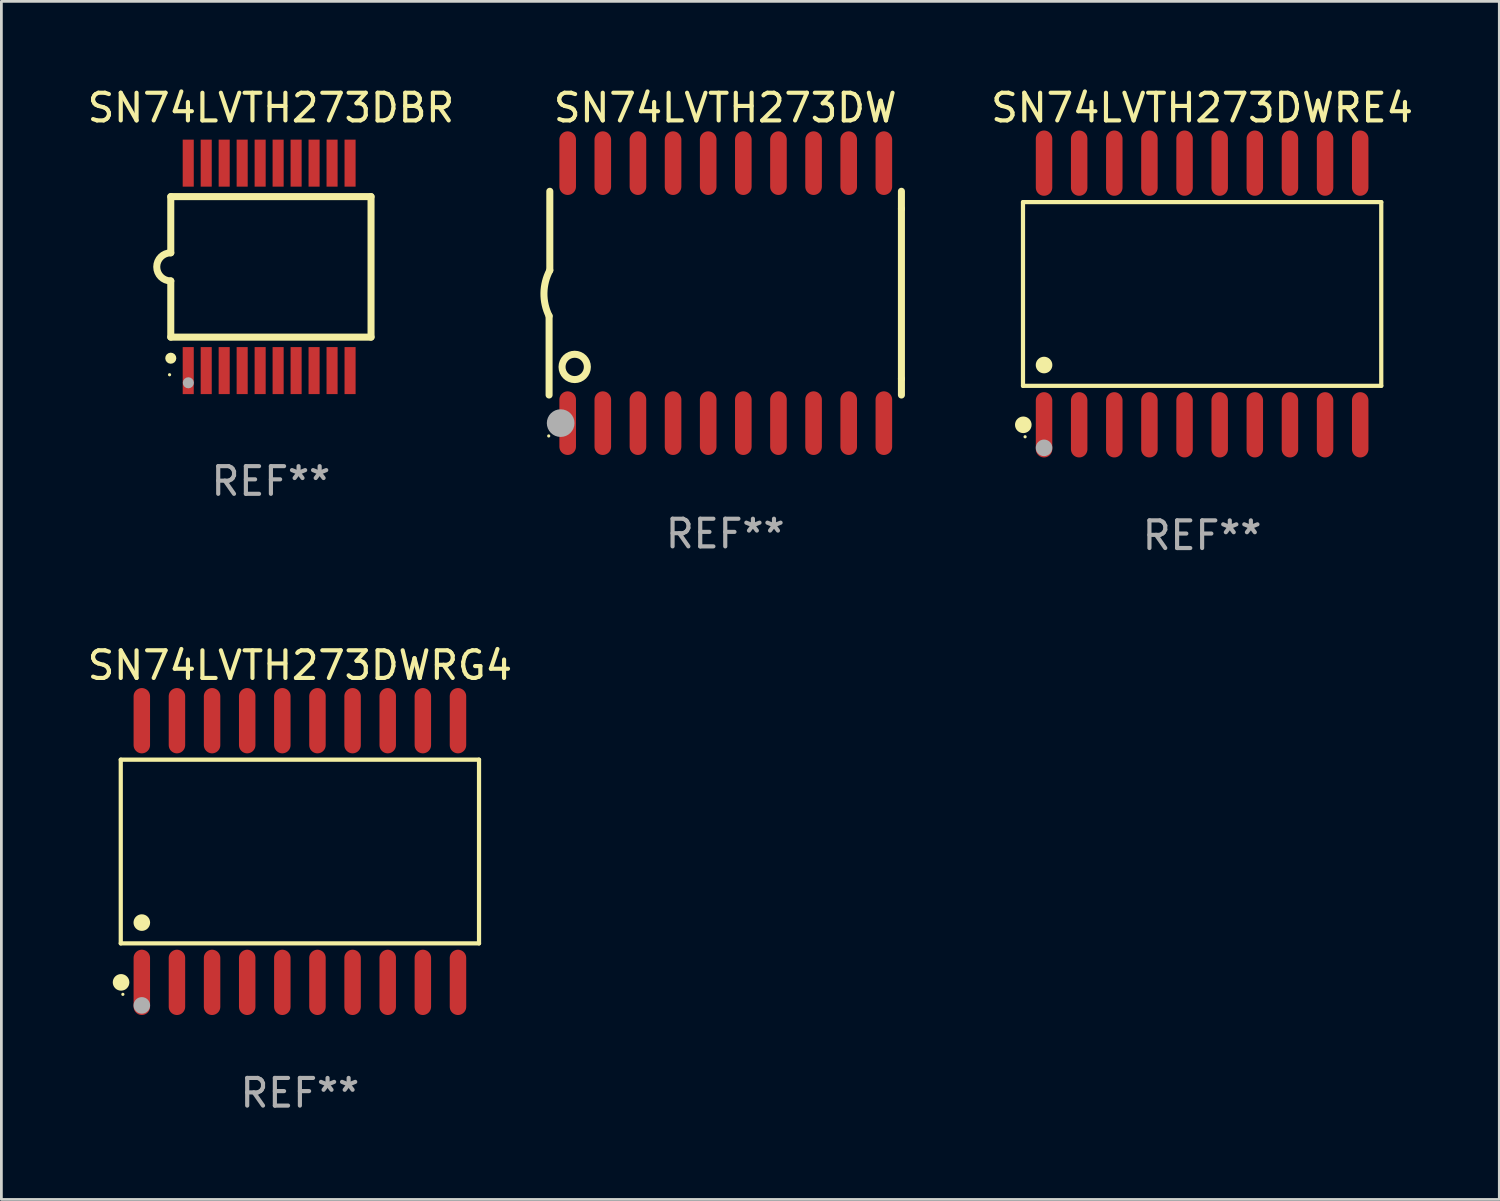
<source format=kicad_pcb>
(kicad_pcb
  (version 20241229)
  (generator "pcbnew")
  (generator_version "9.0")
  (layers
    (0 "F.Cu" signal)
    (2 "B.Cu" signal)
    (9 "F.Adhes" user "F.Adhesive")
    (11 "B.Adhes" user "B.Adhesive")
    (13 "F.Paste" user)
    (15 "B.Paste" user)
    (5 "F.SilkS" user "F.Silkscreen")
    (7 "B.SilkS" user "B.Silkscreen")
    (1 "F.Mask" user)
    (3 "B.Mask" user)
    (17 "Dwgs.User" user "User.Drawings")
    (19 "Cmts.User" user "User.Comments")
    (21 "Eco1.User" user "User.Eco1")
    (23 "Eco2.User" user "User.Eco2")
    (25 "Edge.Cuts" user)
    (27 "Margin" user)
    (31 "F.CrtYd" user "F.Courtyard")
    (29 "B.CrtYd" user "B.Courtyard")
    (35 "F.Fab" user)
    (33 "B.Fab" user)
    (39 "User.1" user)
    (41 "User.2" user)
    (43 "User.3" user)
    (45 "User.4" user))
  (footprint "SN74LVTH273DBR"
    (layer "F.Cu")
    (at 6.744 6.598)
    (property "Reference" "SN74LVTH273DBR" (at 0 -5.75 0) (layer "F.SilkS") (effects (font (size 1 1) (thickness 0.15))))
    (attr through_hole)
    (fp_line (start -3.62 -2.54) (end 3.62 -2.54) (stroke (width 0.254) (type solid)) (layer "F.SilkS"))
    (fp_line (start -3.62 -0.508) (end -3.62 -2.54) (stroke (width 0.254) (type solid)) (layer "F.SilkS"))
    (fp_line (start -3.62 2.54) (end -3.62 0.508) (stroke (width 0.254) (type solid)) (layer "F.SilkS"))
    (fp_line (start 3.62 -2.54) (end 3.62 2.54) (stroke (width 0.254) (type solid)) (layer "F.SilkS"))
    (fp_line (start 3.62 2.54) (end -3.62 2.54) (stroke (width 0.254) (type solid)) (layer "F.SilkS"))
    (fp_arc (start -3.619507 0.508052) (mid -4.125607 0.000051) (end -3.619507 -0.50795) (stroke (width 0.254001) (type solid)) (layer "F.SilkS"))
    (fp_circle (center -3.664 3.9) (end -3.634 3.9) (stroke (width 0.06) (type solid)) (fill no) (layer "F.SilkS"))
    (fp_circle (center -3.62 3.302) (end -3.52 3.302) (stroke (width 0.2) (type solid)) (fill no) (layer "F.SilkS"))
    (fp_circle (center -2.985 4.191) (end -2.885 4.191) (stroke (width 0.2) (type solid)) (fill no) (layer "F.Fab"))
    (fp_text user "REF**" (at 0 7.75 0) (layer "F.Fab") (effects (font (size 1 1) (thickness 0.15))))
    (pad "1" smd rect (at -2.989 3.75) (size 0.4 1.7) (layers "F.Cu" "F.Mask" "F.Paste"))
    (pad "2" smd rect (at -2.339 3.75) (size 0.4 1.7) (layers "F.Cu" "F.Mask" "F.Paste"))
    (pad "3" smd rect (at -1.689 3.75) (size 0.4 1.7) (layers "F.Cu" "F.Mask" "F.Paste"))
    (pad "4" smd rect (at -1.039 3.75) (size 0.4 1.7) (layers "F.Cu" "F.Mask" "F.Paste"))
    (pad "5" smd rect (at -0.389 3.75) (size 0.4 1.7) (layers "F.Cu" "F.Mask" "F.Paste"))
    (pad "6" smd rect (at 0.261 3.75) (size 0.4 1.7) (layers "F.Cu" "F.Mask" "F.Paste"))
    (pad "7" smd rect (at 0.911 3.75) (size 0.4 1.7) (layers "F.Cu" "F.Mask" "F.Paste"))
    (pad "8" smd rect (at 1.561 3.75) (size 0.4 1.7) (layers "F.Cu" "F.Mask" "F.Paste"))
    (pad "9" smd rect (at 2.211 3.75) (size 0.4 1.7) (layers "F.Cu" "F.Mask" "F.Paste"))
    (pad "10" smd rect (at 2.862 3.75) (size 0.4 1.7) (layers "F.Cu" "F.Mask" "F.Paste"))
    (pad "11" smd rect (at 2.862 -3.75) (size 0.4 1.7) (layers "F.Cu" "F.Mask" "F.Paste"))
    (pad "12" smd rect (at 2.211 -3.75) (size 0.4 1.7) (layers "F.Cu" "F.Mask" "F.Paste"))
    (pad "13" smd rect (at 1.561 -3.75) (size 0.4 1.7) (layers "F.Cu" "F.Mask" "F.Paste"))
    (pad "14" smd rect (at 0.911 -3.75) (size 0.4 1.7) (layers "F.Cu" "F.Mask" "F.Paste"))
    (pad "15" smd rect (at 0.261 -3.75) (size 0.4 1.7) (layers "F.Cu" "F.Mask" "F.Paste"))
    (pad "16" smd rect (at -0.389 -3.75) (size 0.4 1.7) (layers "F.Cu" "F.Mask" "F.Paste"))
    (pad "17" smd rect (at -1.039 -3.75) (size 0.4 1.7) (layers "F.Cu" "F.Mask" "F.Paste"))
    (pad "18" smd rect (at -1.689 -3.75) (size 0.4 1.7) (layers "F.Cu" "F.Mask" "F.Paste"))
    (pad "19" smd rect (at -2.339 -3.75) (size 0.4 1.7) (layers "F.Cu" "F.Mask" "F.Paste"))
    (pad "20" smd rect (at -2.989 -3.75) (size 0.4 1.7) (layers "F.Cu" "F.Mask" "F.Paste")))
  (footprint "SN74LVTH273DWRG4"
    (layer "F.Cu")
    (at 7.792 27.735)
    (property "Reference" "SN74LVTH273DWRG4" (at 0 -6.73 0) (layer "F.SilkS") (effects (font (size 1 1) (thickness 0.15))))
    (attr through_hole)
    (fp_line (start -6.476 -3.321) (end 6.476 -3.321) (stroke (width 0.152) (type solid)) (layer "F.SilkS"))
    (fp_line (start -6.476 3.321) (end -6.476 -3.321) (stroke (width 0.152) (type solid)) (layer "F.SilkS"))
    (fp_line (start 6.476 -3.321) (end 6.476 3.321) (stroke (width 0.152) (type solid)) (layer "F.SilkS"))
    (fp_line (start 6.476 3.321) (end -6.476 3.321) (stroke (width 0.152) (type solid)) (layer "F.SilkS"))
    (fp_circle (center -6.465 4.73) (end -6.315 4.73) (stroke (width 0.3) (type solid)) (fill no) (layer "F.SilkS"))
    (fp_circle (center -6.4 5.163) (end -6.37 5.163) (stroke (width 0.06) (type solid)) (fill no) (layer "F.SilkS"))
    (fp_circle (center -5.715 2.569) (end -5.565 2.569) (stroke (width 0.3) (type solid)) (fill no) (layer "F.SilkS"))
    (fp_circle (center -5.715 5.563) (end -5.565 5.563) (stroke (width 0.3) (type solid)) (fill no) (layer "F.Fab"))
    (fp_text user "REF**" (at 0 8.73 0) (layer "F.Fab") (effects (font (size 1 1) (thickness 0.15))))
    (pad "1" smd oval (at -5.715 4.73) (size 0.595 2.36) (layers "F.Cu" "F.Mask" "F.Paste"))
    (pad "2" smd oval (at -4.445 4.73) (size 0.595 2.36) (layers "F.Cu" "F.Mask" "F.Paste"))
    (pad "3" smd oval (at -3.175 4.73) (size 0.595 2.36) (layers "F.Cu" "F.Mask" "F.Paste"))
    (pad "4" smd oval (at -1.905 4.73) (size 0.595 2.36) (layers "F.Cu" "F.Mask" "F.Paste"))
    (pad "5" smd oval (at -0.635 4.73) (size 0.595 2.36) (layers "F.Cu" "F.Mask" "F.Paste"))
    (pad "6" smd oval (at 0.635 4.73) (size 0.595 2.36) (layers "F.Cu" "F.Mask" "F.Paste"))
    (pad "7" smd oval (at 1.905 4.73) (size 0.595 2.36) (layers "F.Cu" "F.Mask" "F.Paste"))
    (pad "8" smd oval (at 3.175 4.73) (size 0.595 2.36) (layers "F.Cu" "F.Mask" "F.Paste"))
    (pad "9" smd oval (at 4.445 4.73) (size 0.595 2.36) (layers "F.Cu" "F.Mask" "F.Paste"))
    (pad "10" smd oval (at 5.715 4.73) (size 0.595 2.36) (layers "F.Cu" "F.Mask" "F.Paste"))
    (pad "11" smd oval (at 5.715 -4.73) (size 0.595 2.36) (layers "F.Cu" "F.Mask" "F.Paste"))
    (pad "12" smd oval (at 4.445 -4.73) (size 0.595 2.36) (layers "F.Cu" "F.Mask" "F.Paste"))
    (pad "13" smd oval (at 3.175 -4.73) (size 0.595 2.36) (layers "F.Cu" "F.Mask" "F.Paste"))
    (pad "14" smd oval (at 1.905 -4.73) (size 0.595 2.36) (layers "F.Cu" "F.Mask" "F.Paste"))
    (pad "15" smd oval (at 0.635 -4.73) (size 0.595 2.36) (layers "F.Cu" "F.Mask" "F.Paste"))
    (pad "16" smd oval (at -0.635 -4.73) (size 0.595 2.36) (layers "F.Cu" "F.Mask" "F.Paste"))
    (pad "17" smd oval (at -1.905 -4.73) (size 0.595 2.36) (layers "F.Cu" "F.Mask" "F.Paste"))
    (pad "18" smd oval (at -3.175 -4.73) (size 0.595 2.36) (layers "F.Cu" "F.Mask" "F.Paste"))
    (pad "19" smd oval (at -4.445 -4.73) (size 0.595 2.36) (layers "F.Cu" "F.Mask" "F.Paste"))
    (pad "20" smd oval (at -5.715 -4.73) (size 0.595 2.36) (layers "F.Cu" "F.Mask" "F.Paste")))
  (footprint "SN74LVTH273DWRE4"
    (layer "F.Cu")
    (at 40.41 7.578)
    (property "Reference" "SN74LVTH273DWRE4" (at 0 -6.73 0) (layer "F.SilkS") (effects (font (size 1 1) (thickness 0.15))))
    (attr through_hole)
    (fp_line (start -6.476 -3.321) (end 6.476 -3.321) (stroke (width 0.152) (type solid)) (layer "F.SilkS"))
    (fp_line (start -6.476 3.321) (end -6.476 -3.321) (stroke (width 0.152) (type solid)) (layer "F.SilkS"))
    (fp_line (start 6.476 -3.321) (end 6.476 3.321) (stroke (width 0.152) (type solid)) (layer "F.SilkS"))
    (fp_line (start 6.476 3.321) (end -6.476 3.321) (stroke (width 0.152) (type solid)) (layer "F.SilkS"))
    (fp_circle (center -6.465 4.73) (end -6.315 4.73) (stroke (width 0.3) (type solid)) (fill no) (layer "F.SilkS"))
    (fp_circle (center -6.4 5.163) (end -6.37 5.163) (stroke (width 0.06) (type solid)) (fill no) (layer "F.SilkS"))
    (fp_circle (center -5.715 2.569) (end -5.565 2.569) (stroke (width 0.3) (type solid)) (fill no) (layer "F.SilkS"))
    (fp_circle (center -5.715 5.563) (end -5.565 5.563) (stroke (width 0.3) (type solid)) (fill no) (layer "F.Fab"))
    (fp_text user "REF**" (at 0 8.73 0) (layer "F.Fab") (effects (font (size 1 1) (thickness 0.15))))
    (pad "1" smd oval (at -5.715 4.73) (size 0.595 2.36) (layers "F.Cu" "F.Mask" "F.Paste"))
    (pad "2" smd oval (at -4.445 4.73) (size 0.595 2.36) (layers "F.Cu" "F.Mask" "F.Paste"))
    (pad "3" smd oval (at -3.175 4.73) (size 0.595 2.36) (layers "F.Cu" "F.Mask" "F.Paste"))
    (pad "4" smd oval (at -1.905 4.73) (size 0.595 2.36) (layers "F.Cu" "F.Mask" "F.Paste"))
    (pad "5" smd oval (at -0.635 4.73) (size 0.595 2.36) (layers "F.Cu" "F.Mask" "F.Paste"))
    (pad "6" smd oval (at 0.635 4.73) (size 0.595 2.36) (layers "F.Cu" "F.Mask" "F.Paste"))
    (pad "7" smd oval (at 1.905 4.73) (size 0.595 2.36) (layers "F.Cu" "F.Mask" "F.Paste"))
    (pad "8" smd oval (at 3.175 4.73) (size 0.595 2.36) (layers "F.Cu" "F.Mask" "F.Paste"))
    (pad "9" smd oval (at 4.445 4.73) (size 0.595 2.36) (layers "F.Cu" "F.Mask" "F.Paste"))
    (pad "10" smd oval (at 5.715 4.73) (size 0.595 2.36) (layers "F.Cu" "F.Mask" "F.Paste"))
    (pad "11" smd oval (at 5.715 -4.73) (size 0.595 2.36) (layers "F.Cu" "F.Mask" "F.Paste"))
    (pad "12" smd oval (at 4.445 -4.73) (size 0.595 2.36) (layers "F.Cu" "F.Mask" "F.Paste"))
    (pad "13" smd oval (at 3.175 -4.73) (size 0.595 2.36) (layers "F.Cu" "F.Mask" "F.Paste"))
    (pad "14" smd oval (at 1.905 -4.73) (size 0.595 2.36) (layers "F.Cu" "F.Mask" "F.Paste"))
    (pad "15" smd oval (at 0.635 -4.73) (size 0.595 2.36) (layers "F.Cu" "F.Mask" "F.Paste"))
    (pad "16" smd oval (at -0.635 -4.73) (size 0.595 2.36) (layers "F.Cu" "F.Mask" "F.Paste"))
    (pad "17" smd oval (at -1.905 -4.73) (size 0.595 2.36) (layers "F.Cu" "F.Mask" "F.Paste"))
    (pad "18" smd oval (at -3.175 -4.73) (size 0.595 2.36) (layers "F.Cu" "F.Mask" "F.Paste"))
    (pad "19" smd oval (at -4.445 -4.73) (size 0.595 2.36) (layers "F.Cu" "F.Mask" "F.Paste"))
    (pad "20" smd oval (at -5.715 -4.73) (size 0.595 2.36) (layers "F.Cu" "F.Mask" "F.Paste")))
  (footprint "SN74LVTH273DW"
    (layer "F.Cu")
    (at 23.17 7.548)
    (property "Reference" "SN74LVTH273DW" (at 0 -6.7 0) (layer "F.SilkS") (effects (font (size 1 1) (thickness 0.15))))
    (attr through_hole)
    (fp_line (start -6.369 0.826) (end -6.369 3.683) (stroke (width 0.254) (type solid)) (layer "F.SilkS"))
    (fp_line (start -6.343 -0.825) (end -6.343 -3.683) (stroke (width 0.254) (type solid)) (layer "F.SilkS"))
    (fp_line (start 6.369 -3.048) (end 6.369 -3.683) (stroke (width 0.254) (type solid)) (layer "F.SilkS"))
    (fp_line (start 6.369 -3.048) (end 6.369 3.096) (stroke (width 0.254) (type solid)) (layer "F.SilkS"))
    (fp_line (start 6.369 3.096) (end 6.369 3.683) (stroke (width 0.254) (type solid)) (layer "F.SilkS"))
    (fp_arc (start -6.36853 0.825552) (mid -6.554743 -0.00301) (end -6.343129 -0.825451) (stroke (width 0.254001) (type solid)) (layer "F.SilkS"))
    (fp_circle (center -6.382 5.163) (end -6.352 5.163) (stroke (width 0.06) (type solid)) (fill no) (layer "F.SilkS"))
    (fp_circle (center -5.443 2.667) (end -4.985 2.667) (stroke (width 0.254) (type solid)) (fill no) (layer "F.SilkS"))
    (fp_circle (center -5.951 4.699) (end -5.701 4.699) (stroke (width 0.5) (type solid)) (fill no) (layer "F.Fab"))
    (fp_text user "REF**" (at 0 8.7 0) (layer "F.Fab") (effects (font (size 1 1) (thickness 0.15))))
    (pad "1" smd oval (at -5.697 4.7 180) (size 0.6 2.3) (layers "F.Cu" "F.Mask" "F.Paste"))
    (pad "2" smd oval (at -4.427 4.7 180) (size 0.6 2.3) (layers "F.Cu" "F.Mask" "F.Paste"))
    (pad "3" smd oval (at -3.157 4.7 180) (size 0.6 2.3) (layers "F.Cu" "F.Mask" "F.Paste"))
    (pad "4" smd oval (at -1.887 4.7 180) (size 0.6 2.3) (layers "F.Cu" "F.Mask" "F.Paste"))
    (pad "5" smd oval (at -0.617 4.7 180) (size 0.6 2.3) (layers "F.Cu" "F.Mask" "F.Paste"))
    (pad "6" smd oval (at 0.653 4.7 180) (size 0.6 2.3) (layers "F.Cu" "F.Mask" "F.Paste"))
    (pad "7" smd oval (at 1.923 4.7 180) (size 0.6 2.3) (layers "F.Cu" "F.Mask" "F.Paste"))
    (pad "8" smd oval (at 3.193 4.7 180) (size 0.6 2.3) (layers "F.Cu" "F.Mask" "F.Paste"))
    (pad "9" smd oval (at 4.463 4.7 180) (size 0.6 2.3) (layers "F.Cu" "F.Mask" "F.Paste"))
    (pad "10" smd oval (at 5.734 4.7 180) (size 0.6 2.3) (layers "F.Cu" "F.Mask" "F.Paste"))
    (pad "11" smd oval (at 5.734 -4.7 180) (size 0.6 2.3) (layers "F.Cu" "F.Mask" "F.Paste"))
    (pad "12" smd oval (at 4.463 -4.7 180) (size 0.6 2.3) (layers "F.Cu" "F.Mask" "F.Paste"))
    (pad "13" smd oval (at 3.193 -4.7 180) (size 0.6 2.3) (layers "F.Cu" "F.Mask" "F.Paste"))
    (pad "14" smd oval (at 1.923 -4.7 180) (size 0.6 2.3) (layers "F.Cu" "F.Mask" "F.Paste"))
    (pad "15" smd oval (at 0.653 -4.7 180) (size 0.6 2.3) (layers "F.Cu" "F.Mask" "F.Paste"))
    (pad "16" smd oval (at -0.617 -4.7 180) (size 0.6 2.3) (layers "F.Cu" "F.Mask" "F.Paste"))
    (pad "17" smd oval (at -1.887 -4.7 180) (size 0.6 2.3) (layers "F.Cu" "F.Mask" "F.Paste"))
    (pad "18" smd oval (at -3.157 -4.7 180) (size 0.6 2.3) (layers "F.Cu" "F.Mask" "F.Paste"))
    (pad "19" smd oval (at -4.427 -4.7 180) (size 0.6 2.3) (layers "F.Cu" "F.Mask" "F.Paste"))
    (pad "20" smd oval (at -5.697 -4.7 180) (size 0.6 2.3) (layers "F.Cu" "F.Mask" "F.Paste")))
  (gr_rect
    (start -3 -3)
    (end 51.154 40.313)
    (stroke (width 0.1) (type default))
    (fill no)
    (layer "Edge.Cuts")))
</source>
